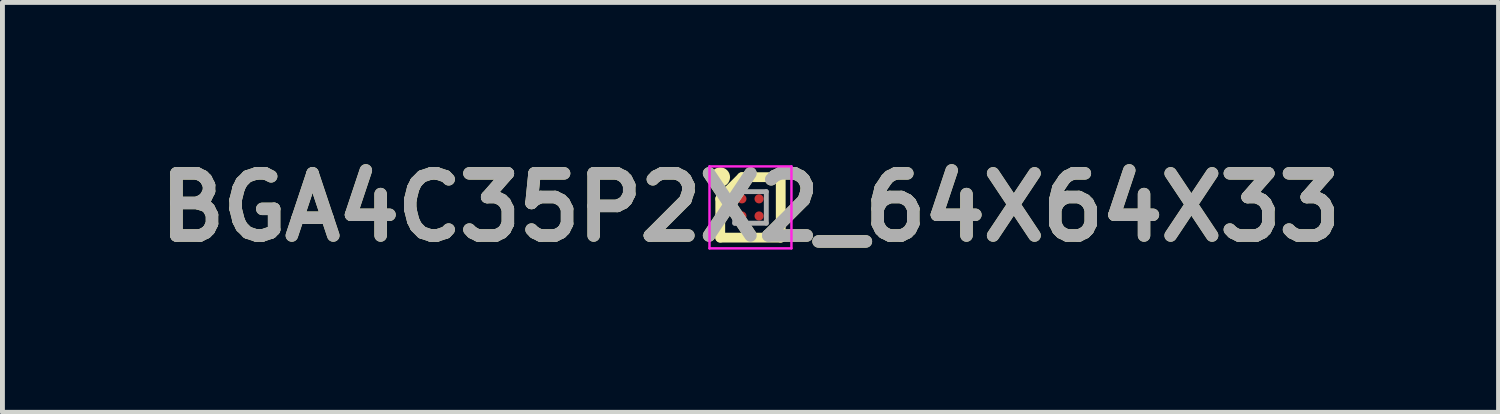
<source format=kicad_pcb>
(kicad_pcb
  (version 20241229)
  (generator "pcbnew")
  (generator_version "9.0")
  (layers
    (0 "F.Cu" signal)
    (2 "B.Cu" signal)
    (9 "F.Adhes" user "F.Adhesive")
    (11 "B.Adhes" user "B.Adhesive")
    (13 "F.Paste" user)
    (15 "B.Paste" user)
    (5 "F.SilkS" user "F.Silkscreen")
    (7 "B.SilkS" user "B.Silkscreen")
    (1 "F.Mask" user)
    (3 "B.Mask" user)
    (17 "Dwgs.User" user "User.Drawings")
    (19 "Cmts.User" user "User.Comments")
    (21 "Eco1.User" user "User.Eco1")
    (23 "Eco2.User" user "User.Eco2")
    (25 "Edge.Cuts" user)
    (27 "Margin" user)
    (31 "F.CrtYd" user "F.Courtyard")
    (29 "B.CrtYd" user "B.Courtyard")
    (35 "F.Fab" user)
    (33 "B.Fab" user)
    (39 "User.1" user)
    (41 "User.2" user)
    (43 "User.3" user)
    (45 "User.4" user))
  (footprint "BGA4C35P2X2_64X64X33"
    (layer "F.Cu")
    (at 12.289 1.189)
    (property "Reference" "BGA4C35P2X2_64X64X33" (at 0 0 0) (layer "F.SilkS") (effects (font (size 1.27 1.27) (thickness 0.254))))
    (attr smd)
    (fp_line (start -0.618 -0.175) (end -0.175 -0.618) (stroke (width 0.2) (type solid)) (layer "F.SilkS"))
    (fp_line (start -0.618 0.618) (end -0.618 -0.175) (stroke (width 0.2) (type solid)) (layer "F.SilkS"))
    (fp_line (start -0.175 -0.618) (end 0.618 -0.618) (stroke (width 0.2) (type solid)) (layer "F.SilkS"))
    (fp_line (start 0.618 -0.618) (end 0.618 0.618) (stroke (width 0.2) (type solid)) (layer "F.SilkS"))
    (fp_line (start 0.618 0.618) (end -0.618 0.618) (stroke (width 0.2) (type solid)) (layer "F.SilkS"))
    (fp_circle (center -0.618 -0.618) (end -0.618 -0.518) (stroke (width 0.2) (type solid)) (fill no) (layer "F.SilkS"))
    (fp_line (start -0.838 -0.838) (end 0.837 -0.838) (stroke (width 0.05) (type solid)) (layer "F.CrtYd"))
    (fp_line (start -0.838 0.837) (end -0.838 -0.838) (stroke (width 0.05) (type solid)) (layer "F.CrtYd"))
    (fp_line (start 0.837 -0.838) (end 0.837 0.837) (stroke (width 0.05) (type solid)) (layer "F.CrtYd"))
    (fp_line (start 0.837 0.837) (end -0.838 0.837) (stroke (width 0.05) (type solid)) (layer "F.CrtYd"))
    (fp_line (start -0.322 -0.322) (end 0.323 -0.322) (stroke (width 0.1) (type solid)) (layer "F.Fab"))
    (fp_line (start -0.322 -0.154) (end -0.153 -0.323) (stroke (width 0.1) (type solid)) (layer "F.Fab"))
    (fp_line (start -0.322 0.323) (end -0.322 -0.322) (stroke (width 0.1) (type solid)) (layer "F.Fab"))
    (fp_line (start 0.323 -0.322) (end 0.323 0.323) (stroke (width 0.1) (type solid)) (layer "F.Fab"))
    (fp_line (start 0.323 0.323) (end -0.322 0.323) (stroke (width 0.1) (type solid)) (layer "F.Fab"))
    (fp_text user "${REFERENCE}" (at 0 0 0) (layer "F.Fab") (effects (font (size 1.27 1.27) (thickness 0.254))))
    (pad "A1" smd circle (at -0.175 -0.175 90) (size 0.186 0.186) (layers "F.Cu" "F.Mask" "F.Paste"))
    (pad "A2" smd circle (at 0.175 -0.175 90) (size 0.186 0.186) (layers "F.Cu" "F.Mask" "F.Paste"))
    (pad "B1" smd circle (at -0.175 0.175 90) (size 0.186 0.186) (layers "F.Cu" "F.Mask" "F.Paste"))
    (pad "B2" smd circle (at 0.175 0.175 90) (size 0.186 0.186) (layers "F.Cu" "F.Mask" "F.Paste")))
  (gr_rect
    (start -3 -3)
    (end 27.578 5.377)
    (stroke (width 0.1) (type default))
    (fill no)
    (layer "Edge.Cuts")))
</source>
